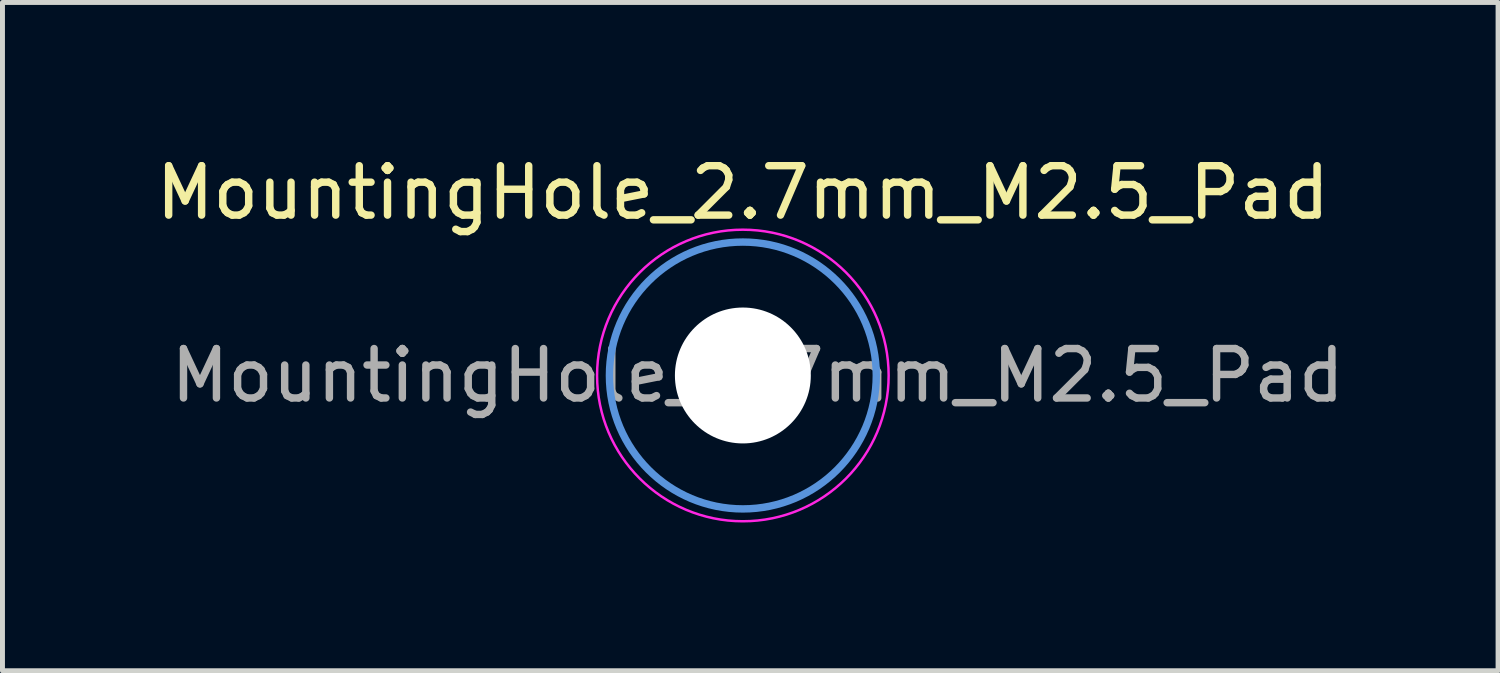
<source format=kicad_pcb>
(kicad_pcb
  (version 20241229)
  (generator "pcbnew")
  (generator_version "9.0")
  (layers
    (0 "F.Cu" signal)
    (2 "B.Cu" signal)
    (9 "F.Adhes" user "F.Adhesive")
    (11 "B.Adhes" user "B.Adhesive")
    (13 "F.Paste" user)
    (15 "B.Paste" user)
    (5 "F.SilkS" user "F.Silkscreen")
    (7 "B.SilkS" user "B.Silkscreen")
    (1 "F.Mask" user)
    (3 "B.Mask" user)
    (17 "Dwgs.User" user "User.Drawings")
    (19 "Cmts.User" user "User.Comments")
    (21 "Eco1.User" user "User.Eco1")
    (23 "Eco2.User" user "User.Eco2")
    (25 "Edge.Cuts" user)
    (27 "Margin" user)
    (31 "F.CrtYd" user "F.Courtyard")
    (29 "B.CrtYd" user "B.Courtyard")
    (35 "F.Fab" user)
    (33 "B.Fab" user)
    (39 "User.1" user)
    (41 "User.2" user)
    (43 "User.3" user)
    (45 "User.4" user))
  (footprint "MountingHole_2.7mm_M2.5_Pad"
    (layer "F.Cu")
    (at 11.982 4.548)
    (property "Reference" "MountingHole_2.7mm_M2.5_Pad" (at 0 -3.7 0) (layer "F.SilkS") (effects (font (size 1 1) (thickness 0.15))))
    (attr exclude_from_pos_files exclude_from_bom)
    (fp_circle (center 0 0) (end 2.7 0) (stroke (width 0.15) (type solid)) (fill no) (layer "Cmts.User"))
    (fp_circle (center 0 0) (end 2.95 0) (stroke (width 0.05) (type solid)) (fill no) (layer "F.CrtYd"))
    (fp_text user "${REFERENCE}" (at 0.3 0 0) (layer "F.Fab") (effects (font (size 1 1) (thickness 0.15))))
    (pad "" np_thru_hole circle (at 0 0) (size 2.75 2.75) (drill 2.75) (layers "*.Cu" "*.Mask")))
  (gr_rect
    (start -3 -3)
    (end 27.264 10.523)
    (stroke (width 0.1) (type default))
    (fill no)
    (layer "Edge.Cuts")))
</source>
